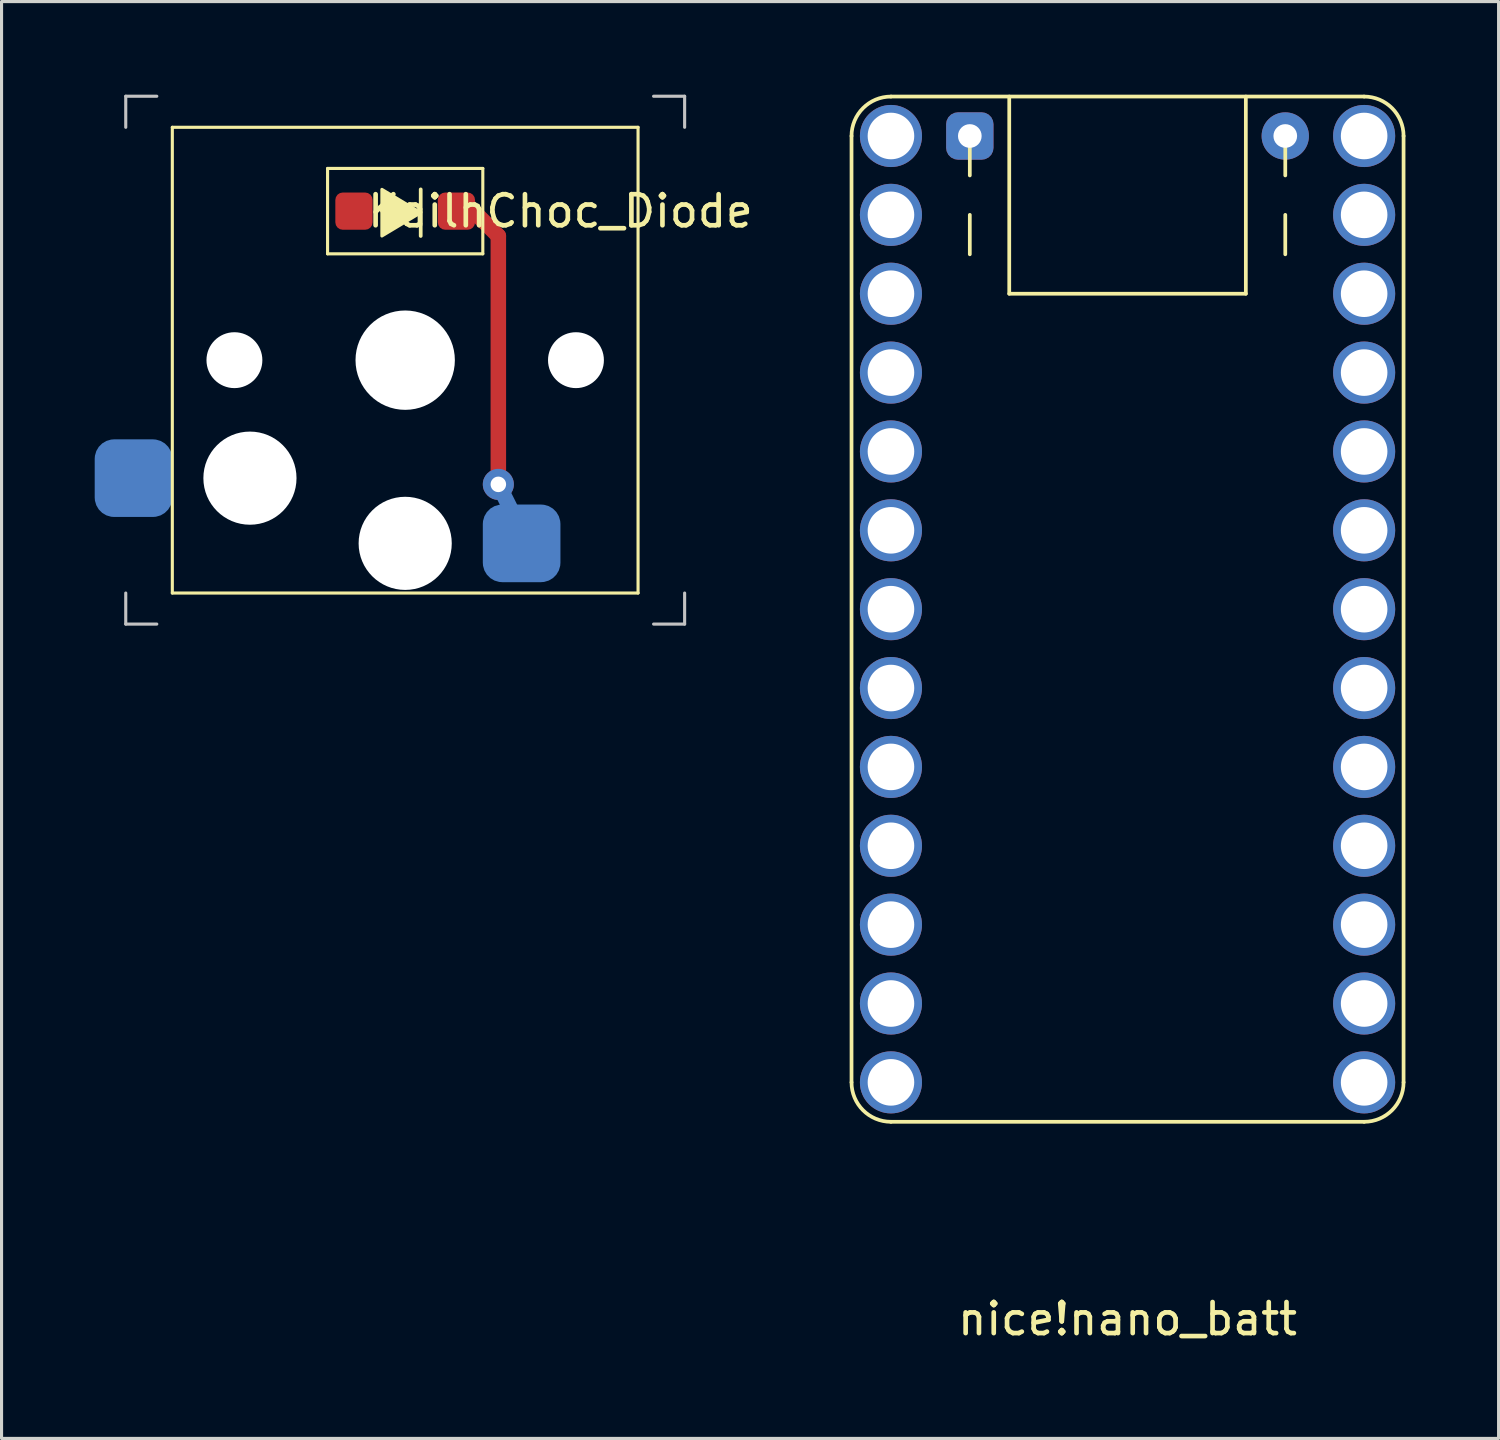
<source format=kicad_pcb>
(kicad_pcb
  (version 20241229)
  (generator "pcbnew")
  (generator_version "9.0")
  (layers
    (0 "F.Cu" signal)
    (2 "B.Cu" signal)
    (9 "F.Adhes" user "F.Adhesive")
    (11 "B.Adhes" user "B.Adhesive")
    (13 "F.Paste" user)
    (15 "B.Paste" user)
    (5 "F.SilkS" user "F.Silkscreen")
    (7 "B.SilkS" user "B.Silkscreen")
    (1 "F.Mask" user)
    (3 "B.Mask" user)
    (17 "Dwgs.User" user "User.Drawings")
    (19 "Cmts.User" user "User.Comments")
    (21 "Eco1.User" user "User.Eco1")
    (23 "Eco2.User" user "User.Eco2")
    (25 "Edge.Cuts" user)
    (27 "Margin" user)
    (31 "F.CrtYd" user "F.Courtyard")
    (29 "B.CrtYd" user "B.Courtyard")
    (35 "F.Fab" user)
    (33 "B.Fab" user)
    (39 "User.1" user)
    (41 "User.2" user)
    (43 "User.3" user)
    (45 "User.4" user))
  (footprint "KailhChoc_Diode"
    (layer "F.Cu")
    (at 10 8.55)
    (property "Reference" "KailhChoc_Diode" (at 5 -4.8 0) (layer "F.SilkS") (effects (font (size 1 1) (thickness 0.15))))
    (attr through_hole)
    (fp_line (start 3 -4) (end 2 -5) (stroke (width 0.5) (type solid)) (layer "F.Cu"))
    (fp_line (start 3 4) (end 3 -4) (stroke (width 0.5) (type solid)) (layer "F.Cu"))
    (fp_line (start 3 4) (end 4 6) (stroke (width 0.5) (type solid)) (layer "B.Cu"))
    (fp_line (start -7.5 -7.5) (end -7.5 7.5) (stroke (width 0.1) (type solid)) (layer "F.SilkS"))
    (fp_line (start -7.5 7.5) (end 7.5 7.5) (stroke (width 0.1) (type solid)) (layer "F.SilkS"))
    (fp_line (start -2.5 -6.175) (end -2.5 -3.425) (stroke (width 0.1) (type solid)) (layer "F.SilkS"))
    (fp_line (start -2.5 -6.175) (end 2.5 -6.175) (stroke (width 0.1) (type solid)) (layer "F.SilkS"))
    (fp_line (start -2.5 -3.425) (end 2.5 -3.425) (stroke (width 0.1) (type solid)) (layer "F.SilkS"))
    (fp_line (start 0.5 -5.5) (end 0.5 -4) (stroke (width 0.12) (type solid)) (layer "F.SilkS"))
    (fp_line (start 2.5 -6.175) (end 2.5 -3.425) (stroke (width 0.1) (type solid)) (layer "F.SilkS"))
    (fp_line (start 7.5 -7.5) (end -7.5 -7.5) (stroke (width 0.1) (type solid)) (layer "F.SilkS"))
    (fp_line (start 7.5 7.5) (end 7.5 -7.5) (stroke (width 0.1) (type solid)) (layer "F.SilkS"))
    (fp_poly (pts (xy 0.5 -4.75) (xy -0.75 -4) (xy -0.75 -5.5)) (stroke (width 0.1) (type solid)) (fill yes) (layer "F.SilkS"))
    (fp_line (start -9 8.5) (end -8 8.5) (stroke (width 0.1) (type solid)) (layer "Dwgs.User"))
    (fp_line (start -9 -8.5) (end -9 -7.5) (stroke (width 0.1) (type solid)) (layer "Dwgs.User"))
    (fp_line (start -9 8.5) (end -9 7.5) (stroke (width 0.1) (type solid)) (layer "Dwgs.User"))
    (fp_line (start -8 -8.5) (end -9 -8.5) (stroke (width 0.1) (type solid)) (layer "Dwgs.User"))
    (fp_line (start 8 8.5) (end 9 8.5) (stroke (width 0.1) (type solid)) (layer "Dwgs.User"))
    (fp_line (start 9 7.5) (end 9 8.5) (stroke (width 0.1) (type solid)) (layer "Dwgs.User"))
    (fp_line (start 9 -8.5) (end 8 -8.5) (stroke (width 0.1) (type solid)) (layer "Dwgs.User"))
    (fp_line (start 9 -8.5) (end 9 -7.5) (stroke (width 0.1) (type solid)) (layer "Dwgs.User"))
    (pad "" np_thru_hole circle (at -5.5 0) (size 1.8 1.8) (drill 1.8) (layers "*.Cu" "*.Mask"))
    (pad "" np_thru_hole circle (at -5 3.8) (size 3 3) (drill 3) (layers "*.Cu" "*.Mask"))
    (pad "" np_thru_hole circle (at 0 0) (size 3.2 3.2) (drill 3.2) (layers "*.Cu" "*.Mask"))
    (pad "" np_thru_hole circle (at 0 5.9) (size 3 3) (drill 3) (layers "*.Cu" "*.Mask"))
    (pad "" smd roundrect (at 1.65 -4.8) (size 1.2 1.2) (layers "F.Cu" "F.Mask" "F.Paste") (roundrect_rratio 0.2))
    (pad "" thru_hole circle (at 3 4) (size 1 1) (drill 0.5) (layers "*.Cu"))
    (pad "" smd roundrect (at 3.75 5.9) (size 2.5 2.5) (layers "B.Cu" "B.Mask" "B.Paste") (roundrect_rratio 0.25))
    (pad "" np_thru_hole circle (at 5.5 0) (size 1.8 1.8) (drill 1.8) (layers "*.Cu" "*.Mask"))
    (pad "1" smd roundrect (at -8.75 3.8) (size 2.5 2.5) (layers "B.Cu" "B.Mask" "B.Paste") (roundrect_rratio 0.25))
    (pad "2" smd roundrect (at -1.65 -4.8) (size 1.2 1.2) (layers "F.Cu" "F.Mask" "F.Paste") (roundrect_rratio 0.2)))
  (footprint "nice!nano_batt"
    (layer "F.Cu")
    (at 33.265 16.57)
    (property "Reference" "nice!nano_batt" (at 0 22.86 0) (layer "F.SilkS") (effects (font (size 1 1) (thickness 0.15))))
    (attr through_hole)
    (fp_line (start -8.89 -15.24) (end -8.89 15.24) (stroke (width 0.12) (type solid)) (layer "F.SilkS"))
    (fp_line (start -7.62 16.51) (end 7.62 16.51) (stroke (width 0.12) (type solid)) (layer "F.SilkS"))
    (fp_line (start -5.08 -15.24) (end -5.08 -13.97) (stroke (width 0.12) (type solid)) (layer "F.SilkS"))
    (fp_line (start -5.08 -12.7) (end -5.08 -11.43) (stroke (width 0.12) (type solid)) (layer "F.SilkS"))
    (fp_line (start -3.81 -16.51) (end -3.81 -10.16) (stroke (width 0.12) (type solid)) (layer "F.SilkS"))
    (fp_line (start -3.81 -10.16) (end 3.81 -10.16) (stroke (width 0.12) (type solid)) (layer "F.SilkS"))
    (fp_line (start 3.81 -10.16) (end 3.81 -16.51) (stroke (width 0.12) (type solid)) (layer "F.SilkS"))
    (fp_line (start 5.08 -15.24) (end 5.08 -13.97) (stroke (width 0.12) (type solid)) (layer "F.SilkS"))
    (fp_line (start 5.08 -12.7) (end 5.08 -11.43) (stroke (width 0.12) (type solid)) (layer "F.SilkS"))
    (fp_line (start 7.62 -16.51) (end -7.62 -16.51) (stroke (width 0.12) (type solid)) (layer "F.SilkS"))
    (fp_line (start 8.89 15.24) (end 8.89 -15.24) (stroke (width 0.12) (type solid)) (layer "F.SilkS"))
    (fp_arc (start -8.89 -15.24) (mid -8.518026 -16.138026) (end -7.62 -16.51) (stroke (width 0.12) (type solid)) (layer "F.SilkS"))
    (fp_arc (start -7.62 16.51) (mid -8.518026 16.138026) (end -8.89 15.24) (stroke (width 0.12) (type solid)) (layer "F.SilkS"))
    (fp_arc (start 7.62 -16.51) (mid 8.518026 -16.138026) (end 8.89 -15.24) (stroke (width 0.12) (type solid)) (layer "F.SilkS"))
    (fp_arc (start 8.89 15.24) (mid 8.518026 16.138026) (end 7.62 16.51) (stroke (width 0.12) (type solid)) (layer "F.SilkS"))
    (pad "1" thru_hole circle (at -7.62 -15.24) (size 2 2) (drill 1.5) (layers "*.Cu" "*.Mask"))
    (pad "2" thru_hole circle (at -7.62 -12.7) (size 2 2) (drill 1.5) (layers "*.Cu" "*.Mask"))
    (pad "3" thru_hole circle (at -7.62 -10.16) (size 2 2) (drill 1.5) (layers "*.Cu" "*.Mask"))
    (pad "4" thru_hole circle (at -7.62 -7.62) (size 2 2) (drill 1.5) (layers "*.Cu" "*.Mask"))
    (pad "5" thru_hole circle (at -7.62 -5.08) (size 2 2) (drill 1.5) (layers "*.Cu" "*.Mask"))
    (pad "6" thru_hole circle (at -7.62 -2.54) (size 2 2) (drill 1.5) (layers "*.Cu" "*.Mask"))
    (pad "7" thru_hole circle (at -7.62 0) (size 2 2) (drill 1.5) (layers "*.Cu" "*.Mask"))
    (pad "8" thru_hole circle (at -7.62 2.54) (size 2 2) (drill 1.5) (layers "*.Cu" "*.Mask"))
    (pad "9" thru_hole circle (at -7.62 5.08) (size 2 2) (drill 1.5) (layers "*.Cu" "*.Mask"))
    (pad "10" thru_hole circle (at -7.62 7.62) (size 2 2) (drill 1.5) (layers "*.Cu" "*.Mask"))
    (pad "11" thru_hole circle (at -7.62 10.16) (size 2 2) (drill 1.5) (layers "*.Cu" "*.Mask"))
    (pad "12" thru_hole circle (at -7.62 12.7) (size 2 2) (drill 1.5) (layers "*.Cu" "*.Mask"))
    (pad "13" thru_hole circle (at -7.62 15.24) (size 2 2) (drill 1.5) (layers "*.Cu" "*.Mask"))
    (pad "14" thru_hole circle (at 7.62 -15.24) (size 2 2) (drill 1.5) (layers "*.Cu" "*.Mask"))
    (pad "15" thru_hole circle (at 7.62 -12.7) (size 2 2) (drill 1.5) (layers "*.Cu" "*.Mask"))
    (pad "16" thru_hole circle (at 7.62 -10.16) (size 2 2) (drill 1.5) (layers "*.Cu" "*.Mask"))
    (pad "17" thru_hole circle (at 7.62 -7.62) (size 2 2) (drill 1.5) (layers "*.Cu" "*.Mask"))
    (pad "18" thru_hole circle (at 7.62 -5.08) (size 2 2) (drill 1.5) (layers "*.Cu" "*.Mask"))
    (pad "19" thru_hole circle (at 7.62 -2.54) (size 2 2) (drill 1.5) (layers "*.Cu" "*.Mask"))
    (pad "20" thru_hole circle (at 7.62 0) (size 2 2) (drill 1.5) (layers "*.Cu" "*.Mask"))
    (pad "21" thru_hole circle (at 7.62 2.54) (size 2 2) (drill 1.5) (layers "*.Cu" "*.Mask"))
    (pad "22" thru_hole circle (at 7.62 5.08) (size 2 2) (drill 1.5) (layers "*.Cu" "*.Mask"))
    (pad "23" thru_hole circle (at 7.62 7.62) (size 2 2) (drill 1.5) (layers "*.Cu" "*.Mask"))
    (pad "24" thru_hole circle (at 7.62 10.16) (size 2 2) (drill 1.5) (layers "*.Cu" "*.Mask"))
    (pad "25" thru_hole circle (at 7.62 12.7) (size 2 2) (drill 1.5) (layers "*.Cu" "*.Mask"))
    (pad "26" thru_hole circle (at 7.62 15.24) (size 2 2) (drill 1.5) (layers "*.Cu" "*.Mask"))
    (pad "27" thru_hole roundrect (at -5.08 -15.24) (size 1.524 1.524) (drill 0.762) (layers "*.Cu" "F.Mask") (roundrect_rratio 0.25))
    (pad "28" thru_hole circle (at 5.08 -15.24) (size 1.524 1.524) (drill 0.762) (layers "*.Cu" "F.Mask")))
  (gr_rect
    (start -3 -3)
    (end 45.215 43.278)
    (stroke (width 0.1) (type default))
    (fill no)
    (layer "Edge.Cuts")))
</source>
